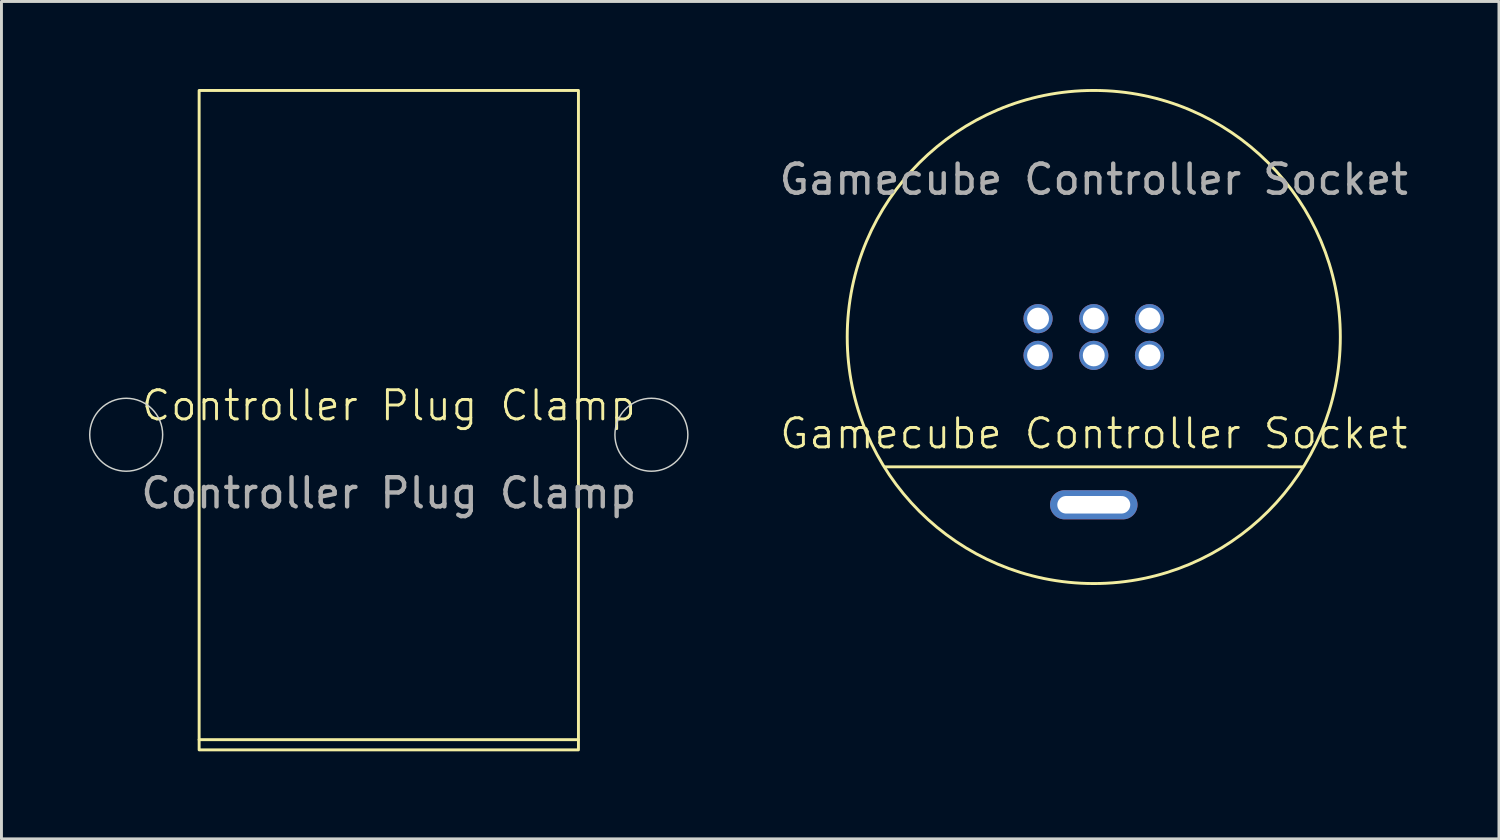
<source format=kicad_pcb>
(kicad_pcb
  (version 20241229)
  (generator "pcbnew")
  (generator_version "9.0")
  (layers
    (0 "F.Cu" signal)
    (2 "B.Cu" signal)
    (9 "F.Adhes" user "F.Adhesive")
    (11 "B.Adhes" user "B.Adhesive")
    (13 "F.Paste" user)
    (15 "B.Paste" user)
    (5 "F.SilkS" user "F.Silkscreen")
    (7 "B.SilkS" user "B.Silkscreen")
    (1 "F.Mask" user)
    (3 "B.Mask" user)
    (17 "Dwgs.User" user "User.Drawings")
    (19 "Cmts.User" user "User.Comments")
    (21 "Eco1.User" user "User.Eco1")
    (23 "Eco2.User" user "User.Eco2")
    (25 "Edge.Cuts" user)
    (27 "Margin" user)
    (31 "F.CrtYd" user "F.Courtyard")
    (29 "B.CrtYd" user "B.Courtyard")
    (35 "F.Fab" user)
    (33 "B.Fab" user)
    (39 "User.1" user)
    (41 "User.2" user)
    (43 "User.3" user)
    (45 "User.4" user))
  (footprint "Gamecube Controller Socket"
    (layer "F.Cu")
    (at 34.437 8.5)
    (property "Reference" "Gamecube Controller Socket" (at 0 3.31 0) (unlocked yes) (layer "F.SilkS") (effects (font (size 1 1) (thickness 0.1))))
    (attr through_hole)
    (fp_line (start -7.15 4.45) (end 7.15 4.45) (stroke (width 0.1) (type default)) (layer "F.SilkS"))
    (fp_circle (center 0 0) (end 8.45 0) (stroke (width 0.1) (type default)) (fill no) (layer "F.SilkS"))
    (fp_text user "${REFERENCE}" (at 0 -5.4 0) (unlocked yes) (layer "F.Fab") (effects (font (size 1 1) (thickness 0.15))))
    (pad "1" thru_hole circle (at -1.91 -0.63) (size 1 1) (drill 0.75) (layers "*.Cu" "*.Mask"))
    (pad "2" thru_hole circle (at 0 -0.63) (size 1 1) (drill 0.75) (layers "*.Cu" "*.Mask"))
    (pad "3" thru_hole circle (at 1.91 -0.63) (size 1 1) (drill 0.75) (layers "*.Cu" "*.Mask"))
    (pad "4" thru_hole circle (at -1.91 0.63) (size 1 1) (drill 0.75) (layers "*.Cu" "*.Mask"))
    (pad "5" thru_hole circle (at 0 0.63) (size 1 1) (drill 0.75) (layers "*.Cu" "*.Mask"))
    (pad "6" thru_hole circle (at 1.91 0.63) (size 1 1) (drill 0.75) (layers "*.Cu" "*.Mask"))
    (pad "7" thru_hole oval (at 0 5.75) (size 3 1) (drill oval 2.5 0.6) (layers "*.Cu" "*.Mask")))
  (footprint "Controller Plug Clamp"
    (layer "F.Cu")
    (at 10.275 11.35)
    (property "Reference" "Controller Plug Clamp" (at 0 -0.5 0) (unlocked yes) (layer "F.SilkS") (effects (font (size 1 1) (thickness 0.1))))
    (attr through_hole)
    (fp_line (start -6.5 10.95) (end 6.5 10.95) (stroke (width 0.1) (type default)) (layer "F.SilkS"))
    (fp_rect (start -6.5 -11.3) (end 6.5 11.3) (stroke (width 0.1) (type default)) (fill no) (layer "F.SilkS"))
    (fp_circle (center -9 0.5) (end -7.75 0.5) (stroke (width 0.05) (type default)) (fill no) (layer "Edge.Cuts"))
    (fp_circle (center 9 0.5) (end 10.25 0.5) (stroke (width 0.05) (type default)) (fill no) (layer "Edge.Cuts"))
    (fp_text user "${REFERENCE}" (at 0 2.5 0) (unlocked yes) (layer "F.Fab") (effects (font (size 1 1) (thickness 0.15)))))
  (gr_rect
    (start -3 -3)
    (end 48.324 25.7)
    (stroke (width 0.1) (type default))
    (fill no)
    (layer "Edge.Cuts")))
</source>
